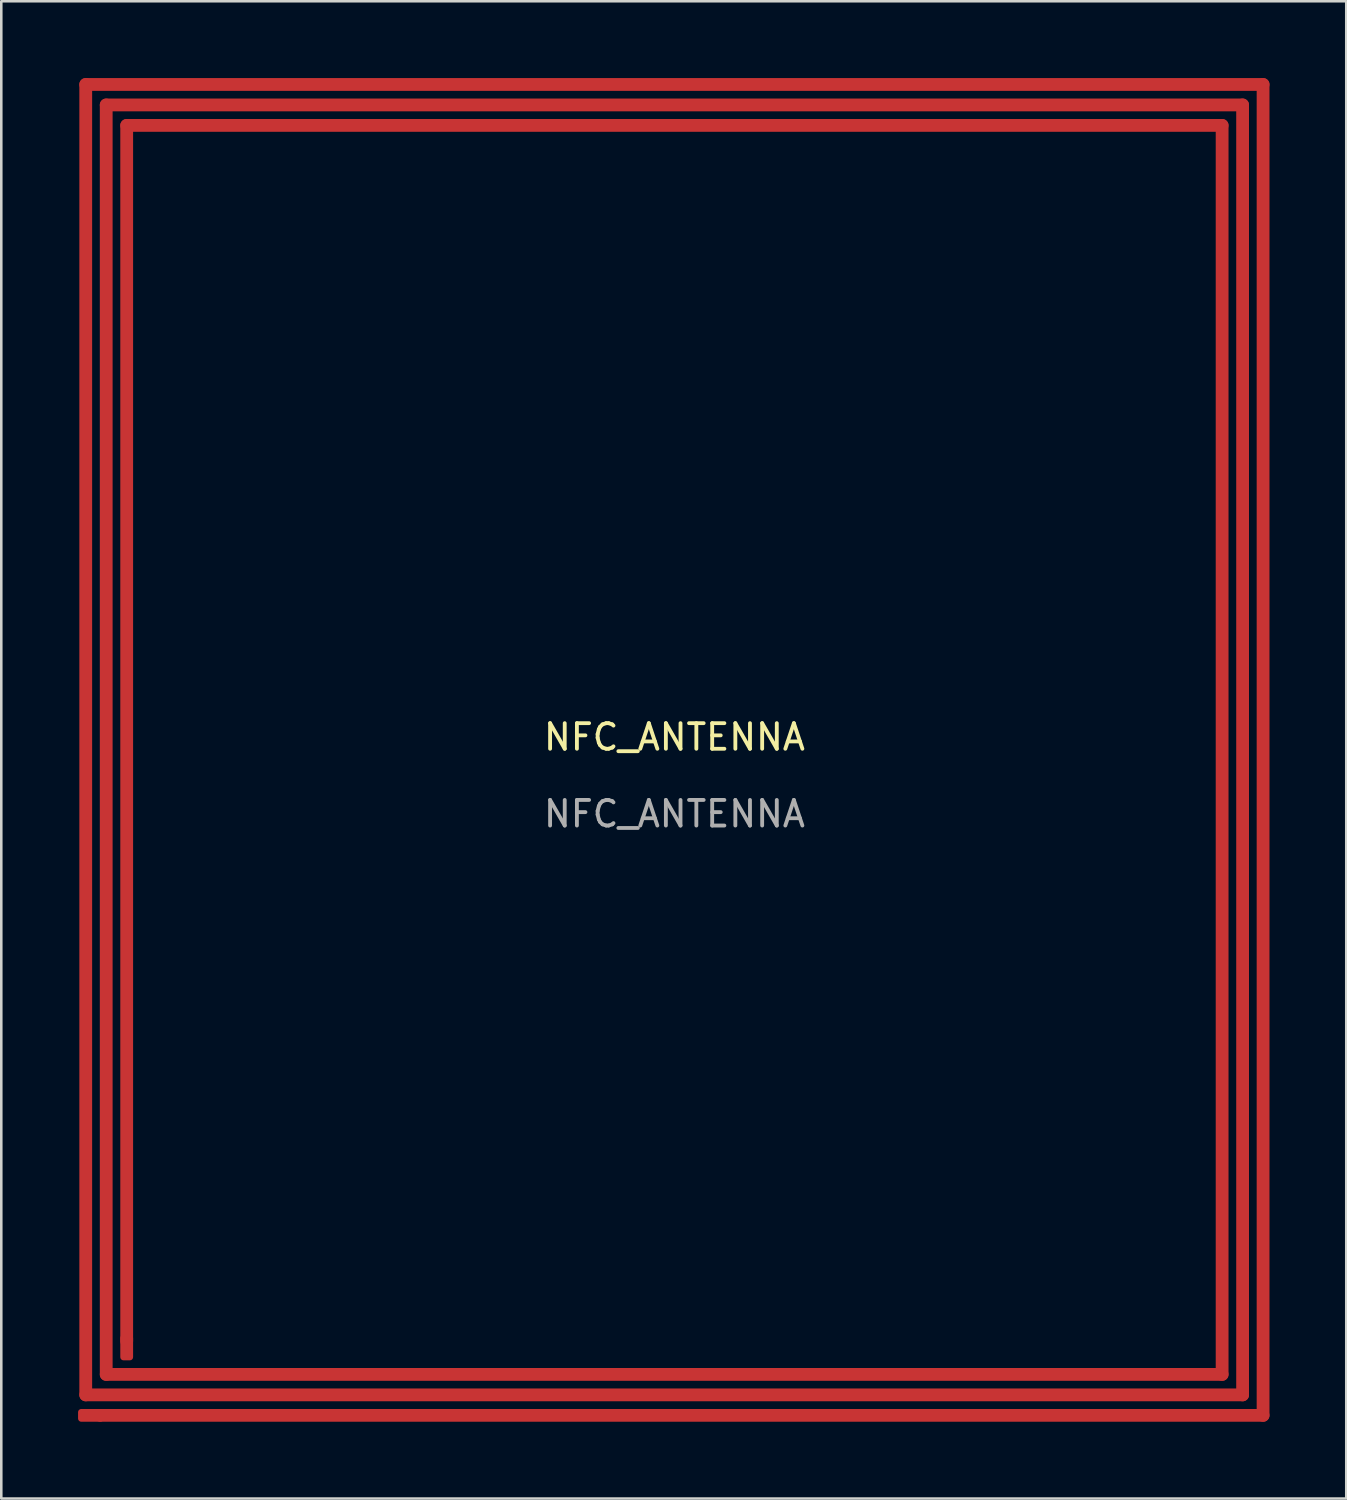
<source format=kicad_pcb>
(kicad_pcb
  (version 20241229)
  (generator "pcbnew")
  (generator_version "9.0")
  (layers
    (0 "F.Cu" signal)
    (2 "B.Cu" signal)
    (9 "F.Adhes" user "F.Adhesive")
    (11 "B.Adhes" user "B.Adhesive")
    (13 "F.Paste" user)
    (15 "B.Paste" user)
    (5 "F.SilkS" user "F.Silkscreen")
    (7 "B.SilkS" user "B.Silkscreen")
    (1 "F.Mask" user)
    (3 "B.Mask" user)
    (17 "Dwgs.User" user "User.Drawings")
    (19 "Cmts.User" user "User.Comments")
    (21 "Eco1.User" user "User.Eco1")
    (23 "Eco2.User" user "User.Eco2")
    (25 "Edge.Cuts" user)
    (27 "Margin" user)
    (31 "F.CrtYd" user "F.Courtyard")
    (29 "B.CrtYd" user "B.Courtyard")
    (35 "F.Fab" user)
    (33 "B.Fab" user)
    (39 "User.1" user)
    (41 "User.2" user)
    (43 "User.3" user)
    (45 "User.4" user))
  (footprint "NFC_ANTENNA"
    (layer "F.Cu")
    (at 23.3 26.25)
    (property "Reference" "NFC_ANTENNA" (at 0 -0.5 0) (unlocked yes) (layer "F.SilkS") (effects (font (size 1 1) (thickness 0.15))))
    (attr smd)
    (fp_line (start -23 -26) (end -23 25.2) (stroke (width 0.5) (type solid)) (layer "F.Cu"))
    (fp_line (start -23 25.2) (end 22.2 25.2) (stroke (width 0.5) (type solid)) (layer "F.Cu"))
    (fp_line (start -22.2 -25.2) (end -22.2 24.4) (stroke (width 0.5) (type solid)) (layer "F.Cu"))
    (fp_line (start -22.2 24.4) (end 21.4 24.4) (stroke (width 0.5) (type solid)) (layer "F.Cu"))
    (fp_line (start -21.4 -24.4) (end -21.4 23.1) (stroke (width 0.5) (type solid)) (layer "F.Cu"))
    (fp_line (start 21.4 -24.4) (end -21.4 -24.4) (stroke (width 0.5) (type solid)) (layer "F.Cu"))
    (fp_line (start 21.4 24.4) (end 21.4 -24.4) (stroke (width 0.5) (type solid)) (layer "F.Cu"))
    (fp_line (start 22.2 -25.2) (end -22.2 -25.2) (stroke (width 0.5) (type solid)) (layer "F.Cu"))
    (fp_line (start 22.2 25.2) (end 22.2 -25.2) (stroke (width 0.5) (type solid)) (layer "F.Cu"))
    (fp_line (start 23 -26) (end -23 -26) (stroke (width 0.5) (type solid)) (layer "F.Cu"))
    (fp_line (start 23 -26) (end 23 26) (stroke (width 0.5) (type solid)) (layer "F.Cu"))
    (fp_line (start 23 26) (end -22.425 26) (stroke (width 0.5) (type solid)) (layer "F.Cu"))
    (fp_text user "${REFERENCE}" (at 0 2.5 0) (unlocked yes) (layer "F.Fab") (effects (font (size 1 1) (thickness 0.15))))
    (pad "1" smd roundrect (at -22.8 26 90) (size 0.5 1) (layers "F.Cu") (roundrect_rratio 0.25))
    (pad "2" smd roundrect (at -21.4 23.35) (size 0.5 1) (layers "F.Cu") (roundrect_rratio 0.25)))
  (gr_rect
    (start -3 -3)
    (end 49.55 55.5)
    (stroke (width 0.1) (type default))
    (fill no)
    (layer "Edge.Cuts")))
</source>
